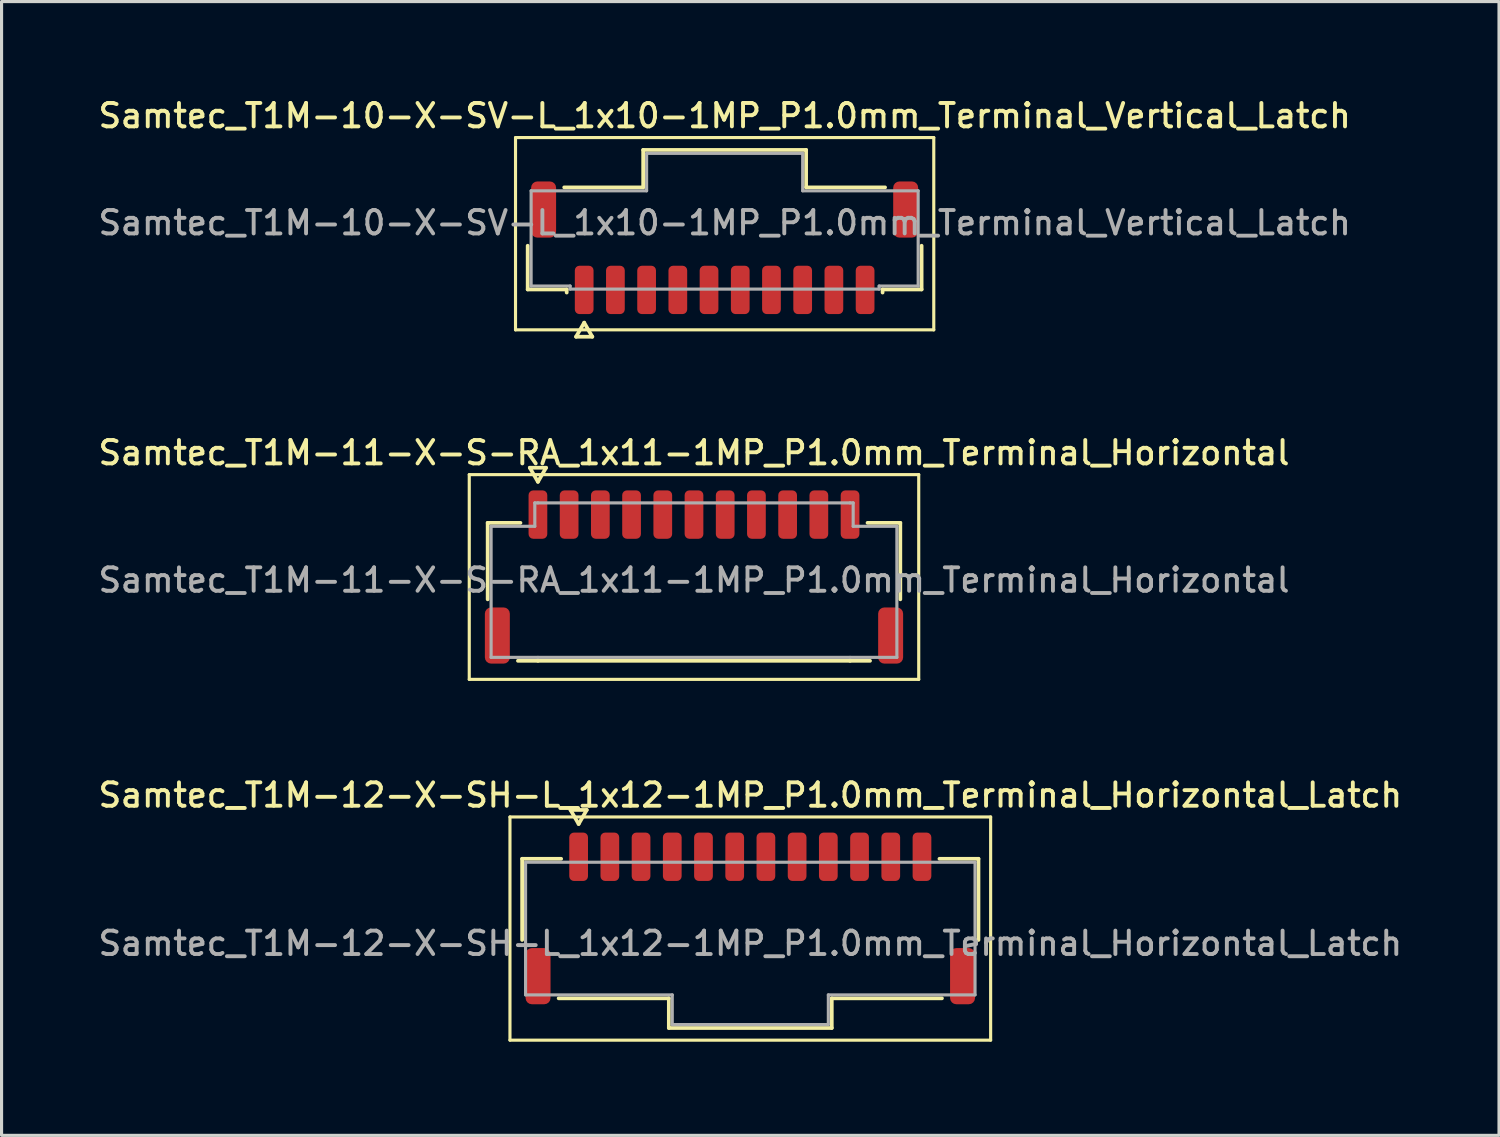
<source format=kicad_pcb>
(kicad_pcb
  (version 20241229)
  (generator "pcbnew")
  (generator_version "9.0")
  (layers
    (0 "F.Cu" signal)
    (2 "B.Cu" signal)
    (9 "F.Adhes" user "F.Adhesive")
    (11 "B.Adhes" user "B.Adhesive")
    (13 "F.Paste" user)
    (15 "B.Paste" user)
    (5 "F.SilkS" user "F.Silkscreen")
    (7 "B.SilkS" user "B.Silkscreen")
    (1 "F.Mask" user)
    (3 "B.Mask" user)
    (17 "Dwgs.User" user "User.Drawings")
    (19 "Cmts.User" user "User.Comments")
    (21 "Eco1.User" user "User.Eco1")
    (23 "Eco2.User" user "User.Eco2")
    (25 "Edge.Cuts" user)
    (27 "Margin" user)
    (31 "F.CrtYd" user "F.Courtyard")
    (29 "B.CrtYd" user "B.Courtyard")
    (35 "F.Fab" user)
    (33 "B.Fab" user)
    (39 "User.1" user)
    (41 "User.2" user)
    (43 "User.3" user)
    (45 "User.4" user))
  (footprint "Samtec_T1M-10-X-SV-L_1x10-1MP_P1.0mm_Terminal_Vertical_Latch"
    (layer "F.Cu")
    (at 20.166 4.088)
    (property "Reference" "Samtec_T1M-10-X-SV-L_1x10-1MP_P1.0mm_Terminal_Vertical_Latch" (at 0 -3.43 0) (layer "F.SilkS") (effects (font (size 0.75 0.75) (thickness 0.125))))
    (attr smd)
    (fp_line (start -6.7 -2.73) (end -6.7 3.43) (stroke (width 0.1) (type solid)) (layer "F.SilkS"))
    (fp_line (start -6.7 3.43) (end 6.7 3.43) (stroke (width 0.1) (type solid)) (layer "F.SilkS"))
    (fp_line (start -6.31 2.135) (end -6.31 0.735) (stroke (width 0.12) (type solid)) (layer "F.SilkS"))
    (fp_line (start -5.14 -1.135) (end -2.61 -1.135) (stroke (width 0.12) (type solid)) (layer "F.SilkS"))
    (fp_line (start -5.06 2.135) (end -6.31 2.135) (stroke (width 0.12) (type solid)) (layer "F.SilkS"))
    (fp_line (start -5.06 2.235) (end -5.06 2.135) (stroke (width 0.12) (type solid)) (layer "F.SilkS"))
    (fp_line (start -4.76 3.65) (end -4.5 3.2) (stroke (width 0.12) (type solid)) (layer "F.SilkS"))
    (fp_line (start -4.5 3.2) (end -4.24 3.65) (stroke (width 0.12) (type solid)) (layer "F.SilkS"))
    (fp_line (start -4.24 3.65) (end -4.76 3.65) (stroke (width 0.12) (type solid)) (layer "F.SilkS"))
    (fp_line (start -2.61 -2.335) (end 2.61 -2.335) (stroke (width 0.12) (type solid)) (layer "F.SilkS"))
    (fp_line (start -2.61 -1.135) (end -2.61 -2.335) (stroke (width 0.12) (type solid)) (layer "F.SilkS"))
    (fp_line (start 2.61 -2.335) (end 2.61 -1.135) (stroke (width 0.12) (type solid)) (layer "F.SilkS"))
    (fp_line (start 2.61 -1.135) (end 5.14 -1.135) (stroke (width 0.12) (type solid)) (layer "F.SilkS"))
    (fp_line (start 5.06 2.135) (end 5.06 2.235) (stroke (width 0.12) (type solid)) (layer "F.SilkS"))
    (fp_line (start 6.31 0.735) (end 6.31 2.135) (stroke (width 0.12) (type solid)) (layer "F.SilkS"))
    (fp_line (start 6.31 2.135) (end 5.06 2.135) (stroke (width 0.12) (type solid)) (layer "F.SilkS"))
    (fp_line (start 6.7 -2.73) (end -6.7 -2.73) (stroke (width 0.1) (type solid)) (layer "F.SilkS"))
    (fp_line (start 6.7 3.43) (end 6.7 -2.73) (stroke (width 0.1) (type solid)) (layer "F.SilkS"))
    (fp_line (start -6.2 -1.025) (end -2.5 -1.025) (stroke (width 0.1) (type solid)) (layer "F.Fab"))
    (fp_line (start -6.2 2.025) (end -6.2 -1.025) (stroke (width 0.1) (type solid)) (layer "F.Fab"))
    (fp_line (start -4.95 2.025) (end -6.2 2.025) (stroke (width 0.1) (type solid)) (layer "F.Fab"))
    (fp_line (start -4.95 2.125) (end -4.95 2.025) (stroke (width 0.1) (type solid)) (layer "F.Fab"))
    (fp_line (start -2.5 -2.225) (end 2.5 -2.225) (stroke (width 0.1) (type solid)) (layer "F.Fab"))
    (fp_line (start -2.5 -1.025) (end -2.5 -2.225) (stroke (width 0.1) (type solid)) (layer "F.Fab"))
    (fp_line (start 2.5 -2.225) (end 2.5 -1.025) (stroke (width 0.1) (type solid)) (layer "F.Fab"))
    (fp_line (start 2.5 -1.025) (end 6.2 -1.025) (stroke (width 0.1) (type solid)) (layer "F.Fab"))
    (fp_line (start 4.95 2.025) (end 4.95 2.125) (stroke (width 0.1) (type solid)) (layer "F.Fab"))
    (fp_line (start 4.95 2.125) (end -4.95 2.125) (stroke (width 0.1) (type solid)) (layer "F.Fab"))
    (fp_line (start 6.2 -1.025) (end 6.2 2.025) (stroke (width 0.1) (type solid)) (layer "F.Fab"))
    (fp_line (start 6.2 2.025) (end 4.95 2.025) (stroke (width 0.1) (type solid)) (layer "F.Fab"))
    (fp_text user "${REFERENCE}" (at 0 0 0) (layer "F.Fab") (effects (font (size 0.75 0.75) (thickness 0.125))))
    (pad "1" smd roundrect (at -4.5 2.15) (size 0.6 1.55) (layers "F.Cu" "F.Mask" "F.Paste") (roundrect_rratio 0.25))
    (pad "2" smd roundrect (at -3.5 2.15) (size 0.6 1.55) (layers "F.Cu" "F.Mask" "F.Paste") (roundrect_rratio 0.25))
    (pad "3" smd roundrect (at -2.5 2.15) (size 0.6 1.55) (layers "F.Cu" "F.Mask" "F.Paste") (roundrect_rratio 0.25))
    (pad "4" smd roundrect (at -1.5 2.15) (size 0.6 1.55) (layers "F.Cu" "F.Mask" "F.Paste") (roundrect_rratio 0.25))
    (pad "5" smd roundrect (at -0.5 2.15) (size 0.6 1.55) (layers "F.Cu" "F.Mask" "F.Paste") (roundrect_rratio 0.25))
    (pad "6" smd roundrect (at 0.5 2.15) (size 0.6 1.55) (layers "F.Cu" "F.Mask" "F.Paste") (roundrect_rratio 0.25))
    (pad "7" smd roundrect (at 1.5 2.15) (size 0.6 1.55) (layers "F.Cu" "F.Mask" "F.Paste") (roundrect_rratio 0.25))
    (pad "8" smd roundrect (at 2.5 2.15) (size 0.6 1.55) (layers "F.Cu" "F.Mask" "F.Paste") (roundrect_rratio 0.25))
    (pad "9" smd roundrect (at 3.5 2.15) (size 0.6 1.55) (layers "F.Cu" "F.Mask" "F.Paste") (roundrect_rratio 0.25))
    (pad "10" smd roundrect (at 4.5 2.15) (size 0.6 1.55) (layers "F.Cu" "F.Mask" "F.Paste") (roundrect_rratio 0.25))
    (pad "MP" smd roundrect (at -5.8 -0.425) (size 0.8 1.8) (layers "F.Cu" "F.Mask" "F.Paste") (roundrect_rratio 0.25))
    (pad "MP" smd roundrect (at 5.8 -0.425) (size 0.8 1.8) (layers "F.Cu" "F.Mask" "F.Paste") (roundrect_rratio 0.25)))
  (footprint "Samtec_T1M-12-X-SH-L_1x12-1MP_P1.0mm_Terminal_Horizontal_Latch"
    (layer "F.Cu")
    (at 20.988 27.174)
    (property "Reference" "Samtec_T1M-12-X-SH-L_1x12-1MP_P1.0mm_Terminal_Horizontal_Latch" (at 0 -4.75 0) (layer "F.SilkS") (effects (font (size 0.75 0.75) (thickness 0.125))))
    (attr smd)
    (fp_line (start -7.7 -4.05) (end -7.7 3.1) (stroke (width 0.1) (type solid)) (layer "F.SilkS"))
    (fp_line (start -7.7 3.1) (end 7.7 3.1) (stroke (width 0.1) (type solid)) (layer "F.SilkS"))
    (fp_line (start -7.31 -2.71) (end -6.06 -2.71) (stroke (width 0.12) (type solid)) (layer "F.SilkS"))
    (fp_line (start -7.31 -0.11) (end -7.31 -2.71) (stroke (width 0.12) (type solid)) (layer "F.SilkS"))
    (fp_line (start -5.76 -4.275) (end -5.5 -3.825) (stroke (width 0.12) (type solid)) (layer "F.SilkS"))
    (fp_line (start -5.5 -3.825) (end -5.24 -4.275) (stroke (width 0.12) (type solid)) (layer "F.SilkS"))
    (fp_line (start -5.24 -4.275) (end -5.76 -4.275) (stroke (width 0.12) (type solid)) (layer "F.SilkS"))
    (fp_line (start -2.61 1.76) (end -6.14 1.76) (stroke (width 0.12) (type solid)) (layer "F.SilkS"))
    (fp_line (start -2.61 2.71) (end -2.61 1.76) (stroke (width 0.12) (type solid)) (layer "F.SilkS"))
    (fp_line (start 2.61 1.76) (end 2.61 2.71) (stroke (width 0.12) (type solid)) (layer "F.SilkS"))
    (fp_line (start 2.61 2.71) (end -2.61 2.71) (stroke (width 0.12) (type solid)) (layer "F.SilkS"))
    (fp_line (start 6.06 -2.71) (end 7.31 -2.71) (stroke (width 0.12) (type solid)) (layer "F.SilkS"))
    (fp_line (start 6.14 1.76) (end 2.61 1.76) (stroke (width 0.12) (type solid)) (layer "F.SilkS"))
    (fp_line (start 7.31 -2.71) (end 7.31 -0.11) (stroke (width 0.12) (type solid)) (layer "F.SilkS"))
    (fp_line (start 7.7 -4.05) (end -7.7 -4.05) (stroke (width 0.1) (type solid)) (layer "F.SilkS"))
    (fp_line (start 7.7 3.1) (end 7.7 -4.05) (stroke (width 0.1) (type solid)) (layer "F.SilkS"))
    (fp_line (start -7.2 -2.6) (end 7.2 -2.6) (stroke (width 0.1) (type solid)) (layer "F.Fab"))
    (fp_line (start -7.2 1.65) (end -7.2 -2.6) (stroke (width 0.1) (type solid)) (layer "F.Fab"))
    (fp_line (start -2.5 1.65) (end -7.2 1.65) (stroke (width 0.1) (type solid)) (layer "F.Fab"))
    (fp_line (start -2.5 2.6) (end -2.5 1.65) (stroke (width 0.1) (type solid)) (layer "F.Fab"))
    (fp_line (start 2.5 1.65) (end 2.5 2.6) (stroke (width 0.1) (type solid)) (layer "F.Fab"))
    (fp_line (start 2.5 2.6) (end -2.5 2.6) (stroke (width 0.1) (type solid)) (layer "F.Fab"))
    (fp_line (start 7.2 -2.6) (end 7.2 1.65) (stroke (width 0.1) (type solid)) (layer "F.Fab"))
    (fp_line (start 7.2 1.65) (end 2.5 1.65) (stroke (width 0.1) (type solid)) (layer "F.Fab"))
    (fp_text user "${REFERENCE}" (at 0 0 0) (layer "F.Fab") (effects (font (size 0.75 0.75) (thickness 0.125))))
    (pad "1" smd roundrect (at -5.5 -2.775) (size 0.6 1.55) (layers "F.Cu" "F.Mask" "F.Paste") (roundrect_rratio 0.25))
    (pad "2" smd roundrect (at -4.5 -2.775) (size 0.6 1.55) (layers "F.Cu" "F.Mask" "F.Paste") (roundrect_rratio 0.25))
    (pad "3" smd roundrect (at -3.5 -2.775) (size 0.6 1.55) (layers "F.Cu" "F.Mask" "F.Paste") (roundrect_rratio 0.25))
    (pad "4" smd roundrect (at -2.5 -2.775) (size 0.6 1.55) (layers "F.Cu" "F.Mask" "F.Paste") (roundrect_rratio 0.25))
    (pad "5" smd roundrect (at -1.5 -2.775) (size 0.6 1.55) (layers "F.Cu" "F.Mask" "F.Paste") (roundrect_rratio 0.25))
    (pad "6" smd roundrect (at -0.5 -2.775) (size 0.6 1.55) (layers "F.Cu" "F.Mask" "F.Paste") (roundrect_rratio 0.25))
    (pad "7" smd roundrect (at 0.5 -2.775) (size 0.6 1.55) (layers "F.Cu" "F.Mask" "F.Paste") (roundrect_rratio 0.25))
    (pad "8" smd roundrect (at 1.5 -2.775) (size 0.6 1.55) (layers "F.Cu" "F.Mask" "F.Paste") (roundrect_rratio 0.25))
    (pad "9" smd roundrect (at 2.5 -2.775) (size 0.6 1.55) (layers "F.Cu" "F.Mask" "F.Paste") (roundrect_rratio 0.25))
    (pad "10" smd roundrect (at 3.5 -2.775) (size 0.6 1.55) (layers "F.Cu" "F.Mask" "F.Paste") (roundrect_rratio 0.25))
    (pad "11" smd roundrect (at 4.5 -2.775) (size 0.6 1.55) (layers "F.Cu" "F.Mask" "F.Paste") (roundrect_rratio 0.25))
    (pad "12" smd roundrect (at 5.5 -2.775) (size 0.6 1.55) (layers "F.Cu" "F.Mask" "F.Paste") (roundrect_rratio 0.25))
    (pad "MP" smd roundrect (at -6.8 1.05) (size 0.8 1.8) (layers "F.Cu" "F.Mask" "F.Paste") (roundrect_rratio 0.25))
    (pad "MP" smd roundrect (at 6.8 1.05) (size 0.8 1.8) (layers "F.Cu" "F.Mask" "F.Paste") (roundrect_rratio 0.25)))
  (footprint "Samtec_T1M-11-X-S-RA_1x11-1MP_P1.0mm_Terminal_Horizontal"
    (layer "F.Cu")
    (at 19.184 15.536)
    (property "Reference" "Samtec_T1M-11-X-S-RA_1x11-1MP_P1.0mm_Terminal_Horizontal" (at 0 -4.08 0) (layer "F.SilkS") (effects (font (size 0.75 0.75) (thickness 0.125))))
    (attr smd)
    (fp_line (start -7.2 -3.38) (end -7.2 3.18) (stroke (width 0.1) (type solid)) (layer "F.SilkS"))
    (fp_line (start -7.2 3.18) (end 7.2 3.18) (stroke (width 0.1) (type solid)) (layer "F.SilkS"))
    (fp_line (start -6.61 -1.835) (end -5.56 -1.835) (stroke (width 0.12) (type solid)) (layer "F.SilkS"))
    (fp_line (start -6.61 0.615) (end -6.61 -1.835) (stroke (width 0.12) (type solid)) (layer "F.SilkS"))
    (fp_line (start -5.26 -3.6) (end -5 -3.15) (stroke (width 0.12) (type solid)) (layer "F.SilkS"))
    (fp_line (start -5 -3.15) (end -4.74 -3.6) (stroke (width 0.12) (type solid)) (layer "F.SilkS"))
    (fp_line (start -5 2.585) (end -5.64 2.585) (stroke (width 0.12) (type solid)) (layer "F.SilkS"))
    (fp_line (start -4.74 -3.6) (end -5.26 -3.6) (stroke (width 0.12) (type solid)) (layer "F.SilkS"))
    (fp_line (start 5 2.585) (end -5 2.585) (stroke (width 0.12) (type solid)) (layer "F.SilkS"))
    (fp_line (start 5.56 -1.835) (end 6.61 -1.835) (stroke (width 0.12) (type solid)) (layer "F.SilkS"))
    (fp_line (start 5.64 2.585) (end 5 2.585) (stroke (width 0.12) (type solid)) (layer "F.SilkS"))
    (fp_line (start 6.61 -1.835) (end 6.61 0.615) (stroke (width 0.12) (type solid)) (layer "F.SilkS"))
    (fp_line (start 7.2 -3.38) (end -7.2 -3.38) (stroke (width 0.1) (type solid)) (layer "F.SilkS"))
    (fp_line (start 7.2 3.18) (end 7.2 -3.38) (stroke (width 0.1) (type solid)) (layer "F.SilkS"))
    (fp_line (start -6.5 -1.725) (end -5.1 -1.725) (stroke (width 0.1) (type solid)) (layer "F.Fab"))
    (fp_line (start -6.5 2.475) (end -6.5 -1.725) (stroke (width 0.1) (type solid)) (layer "F.Fab"))
    (fp_line (start -5.1 -2.475) (end -5 -2.475) (stroke (width 0.1) (type solid)) (layer "F.Fab"))
    (fp_line (start -5.1 -1.725) (end -5.1 -2.475) (stroke (width 0.1) (type solid)) (layer "F.Fab"))
    (fp_line (start -5 -2.475) (end 5 -2.475) (stroke (width 0.1) (type solid)) (layer "F.Fab"))
    (fp_line (start -5 2.475) (end -6.5 2.475) (stroke (width 0.1) (type solid)) (layer "F.Fab"))
    (fp_line (start 5 -2.475) (end 5.1 -2.475) (stroke (width 0.1) (type solid)) (layer "F.Fab"))
    (fp_line (start 5 2.475) (end -5 2.475) (stroke (width 0.1) (type solid)) (layer "F.Fab"))
    (fp_line (start 5.1 -2.475) (end 5.1 -1.725) (stroke (width 0.1) (type solid)) (layer "F.Fab"))
    (fp_line (start 5.1 -1.725) (end 6.5 -1.725) (stroke (width 0.1) (type solid)) (layer "F.Fab"))
    (fp_line (start 6.5 -1.725) (end 6.5 2.475) (stroke (width 0.1) (type solid)) (layer "F.Fab"))
    (fp_line (start 6.5 2.475) (end 5 2.475) (stroke (width 0.1) (type solid)) (layer "F.Fab"))
    (fp_text user "${REFERENCE}" (at 0 0 0) (layer "F.Fab") (effects (font (size 0.75 0.75) (thickness 0.125))))
    (pad "1" smd roundrect (at -5 -2.1) (size 0.6 1.55) (layers "F.Cu" "F.Mask" "F.Paste") (roundrect_rratio 0.25))
    (pad "2" smd roundrect (at -4 -2.1) (size 0.6 1.55) (layers "F.Cu" "F.Mask" "F.Paste") (roundrect_rratio 0.25))
    (pad "3" smd roundrect (at -3 -2.1) (size 0.6 1.55) (layers "F.Cu" "F.Mask" "F.Paste") (roundrect_rratio 0.25))
    (pad "4" smd roundrect (at -2 -2.1) (size 0.6 1.55) (layers "F.Cu" "F.Mask" "F.Paste") (roundrect_rratio 0.25))
    (pad "5" smd roundrect (at -1 -2.1) (size 0.6 1.55) (layers "F.Cu" "F.Mask" "F.Paste") (roundrect_rratio 0.25))
    (pad "6" smd roundrect (at 0 -2.1) (size 0.6 1.55) (layers "F.Cu" "F.Mask" "F.Paste") (roundrect_rratio 0.25))
    (pad "7" smd roundrect (at 1 -2.1) (size 0.6 1.55) (layers "F.Cu" "F.Mask" "F.Paste") (roundrect_rratio 0.25))
    (pad "8" smd roundrect (at 2 -2.1) (size 0.6 1.55) (layers "F.Cu" "F.Mask" "F.Paste") (roundrect_rratio 0.25))
    (pad "9" smd roundrect (at 3 -2.1) (size 0.6 1.55) (layers "F.Cu" "F.Mask" "F.Paste") (roundrect_rratio 0.25))
    (pad "10" smd roundrect (at 4 -2.1) (size 0.6 1.55) (layers "F.Cu" "F.Mask" "F.Paste") (roundrect_rratio 0.25))
    (pad "11" smd roundrect (at 5 -2.1) (size 0.6 1.55) (layers "F.Cu" "F.Mask" "F.Paste") (roundrect_rratio 0.25))
    (pad "MP" smd roundrect (at -6.3 1.775) (size 0.8 1.8) (layers "F.Cu" "F.Mask" "F.Paste") (roundrect_rratio 0.25))
    (pad "MP" smd roundrect (at 6.3 1.775) (size 0.8 1.8) (layers "F.Cu" "F.Mask" "F.Paste") (roundrect_rratio 0.25)))
  (gr_rect
    (start -3 -3)
    (end 44.975 33.324)
    (stroke (width 0.1) (type default))
    (fill no)
    (layer "Edge.Cuts")))
</source>
